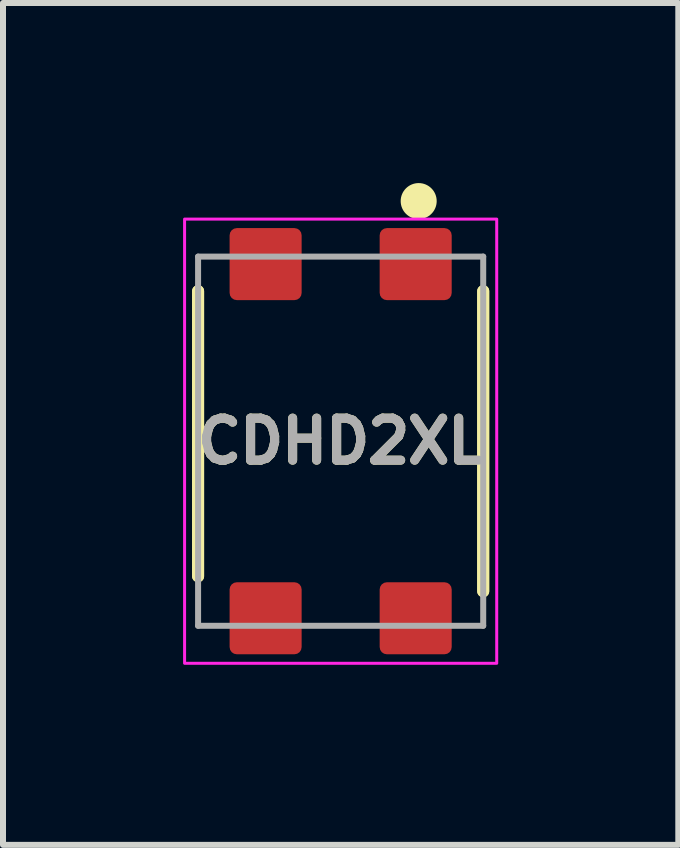
<source format=kicad_pcb>
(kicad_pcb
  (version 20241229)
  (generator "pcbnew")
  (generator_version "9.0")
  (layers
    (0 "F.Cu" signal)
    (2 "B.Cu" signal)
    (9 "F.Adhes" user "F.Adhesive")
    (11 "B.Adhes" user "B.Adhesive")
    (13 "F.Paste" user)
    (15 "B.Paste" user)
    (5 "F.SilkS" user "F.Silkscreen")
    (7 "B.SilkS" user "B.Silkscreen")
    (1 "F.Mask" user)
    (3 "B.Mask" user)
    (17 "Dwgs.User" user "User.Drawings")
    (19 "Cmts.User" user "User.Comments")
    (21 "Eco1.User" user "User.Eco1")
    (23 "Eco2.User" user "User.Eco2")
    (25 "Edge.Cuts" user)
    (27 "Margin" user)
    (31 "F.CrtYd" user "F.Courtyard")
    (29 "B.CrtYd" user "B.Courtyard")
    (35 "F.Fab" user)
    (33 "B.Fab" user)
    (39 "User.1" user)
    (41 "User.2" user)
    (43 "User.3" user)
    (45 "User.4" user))
  (footprint "CDHD2XL"
    (layer "F.Cu")
    (at 2.625 4.3)
    (property "Reference" "CDHD2XL" (at 0 0 0) (layer "F.SilkS") (effects (font (size 0.7 0.7) (thickness 0.15) (bold yes))))
    (attr smd)
    (fp_line (start -2.375 -2.5) (end -2.375 2.25) (stroke (width 0.2) (type solid)) (layer "F.SilkS"))
    (fp_line (start -2.375 2.25) (end -2.375 -2.5) (stroke (width 0.2) (type solid)) (layer "F.SilkS"))
    (fp_line (start 2.375 -2.5) (end 2.375 2.5) (stroke (width 0.2) (type solid)) (layer "F.SilkS"))
    (fp_line (start 2.375 2.5) (end 2.375 -2.5) (stroke (width 0.2) (type solid)) (layer "F.SilkS"))
    (fp_circle (center 1.3 -4) (end 1.5 -4) (stroke (width 0.2) (type solid)) (fill yes) (layer "F.SilkS"))
    (fp_rect (start 2.6 -3.7) (end -2.6 3.7) (stroke (width 0.05) (type default)) (fill no) (layer "F.CrtYd"))
    (fp_line (start -2.375 -3.075) (end -2.375 3.075) (stroke (width 0.1) (type solid)) (layer "F.Fab"))
    (fp_line (start -2.375 3.075) (end 2.375 3.075) (stroke (width 0.1) (type solid)) (layer "F.Fab"))
    (fp_line (start 2.375 -3.075) (end -2.375 -3.075) (stroke (width 0.1) (type solid)) (layer "F.Fab"))
    (fp_line (start 2.375 3.075) (end 2.375 -3.075) (stroke (width 0.1) (type solid)) (layer "F.Fab"))
    (fp_text user "${REFERENCE}" (at 0 0 0) (layer "F.Fab") (effects (font (size 0.7 0.7) (thickness 0.15) (bold yes))))
    (pad "1" smd roundrect (at 1.25 -2.95 90) (size 1.2 1.2) (layers "F.Cu" "F.Mask" "F.Paste") (roundrect_rratio 0.1))
    (pad "2" smd roundrect (at 1.25 2.95 90) (size 1.2 1.2) (layers "F.Cu" "F.Mask" "F.Paste") (roundrect_rratio 0.1))
    (pad "3" smd roundrect (at -1.25 2.95 90) (size 1.2 1.2) (layers "F.Cu" "F.Mask" "F.Paste") (roundrect_rratio 0.1))
    (pad "4" smd roundrect (at -1.25 -2.95 90) (size 1.2 1.2) (layers "F.Cu" "F.Mask" "F.Paste") (roundrect_rratio 0.1)))
  (gr_rect
    (start -3 -3)
    (end 8.25 11.025)
    (stroke (width 0.1) (type default))
    (fill no)
    (layer "Edge.Cuts")))
</source>
